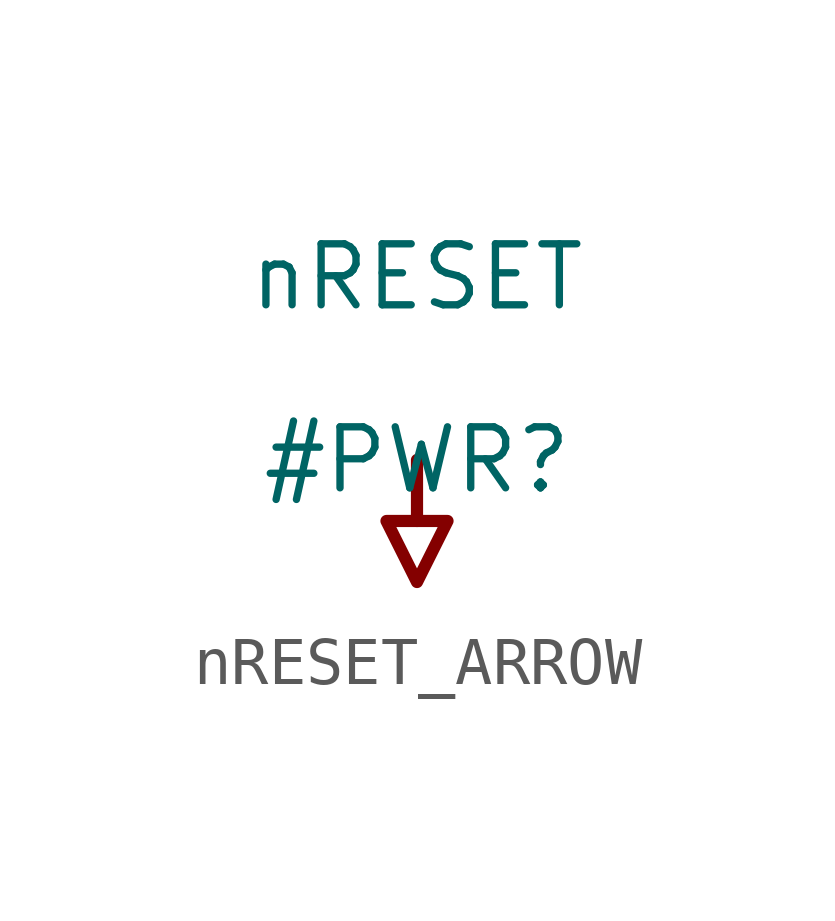
<source format=kicad_sym>
(kicad_symbol_lib
  (version 20231120)
  (generator "kicad_symbol_editor")
  (generator_version "8.0")
  (symbol "nRESET_ARROW"
    (power)
    (property "Reference" "#PWR"
      (at 0 0 0)
      (effects (font (size 1.27 1.27))))
    (property "Value" "nRESET"
      (at 0 3.81 0)
      (effects (font (size 1.27 1.27))))
    (symbol "nRESET_ARROW_0_0"
      (polyline (pts (xy 0 0) (xy 0 -1.27)) (stroke (width 0.254) (type solid)) (fill (type none)))
      (polyline (pts (xy -0.635 -1.27) (xy 0.635 -1.27) (xy 0 -2.54) (xy -0.635 -1.27)) (stroke (width 0.254) (type solid)) (fill (type none)))
      (pin power_in line (at 0 0 0) (length 0) hide (name "nRESET" (effects (font (size 1.27 1.27)))) (number "" (effects (font (size 1.27 1.27))))))))
</source>
